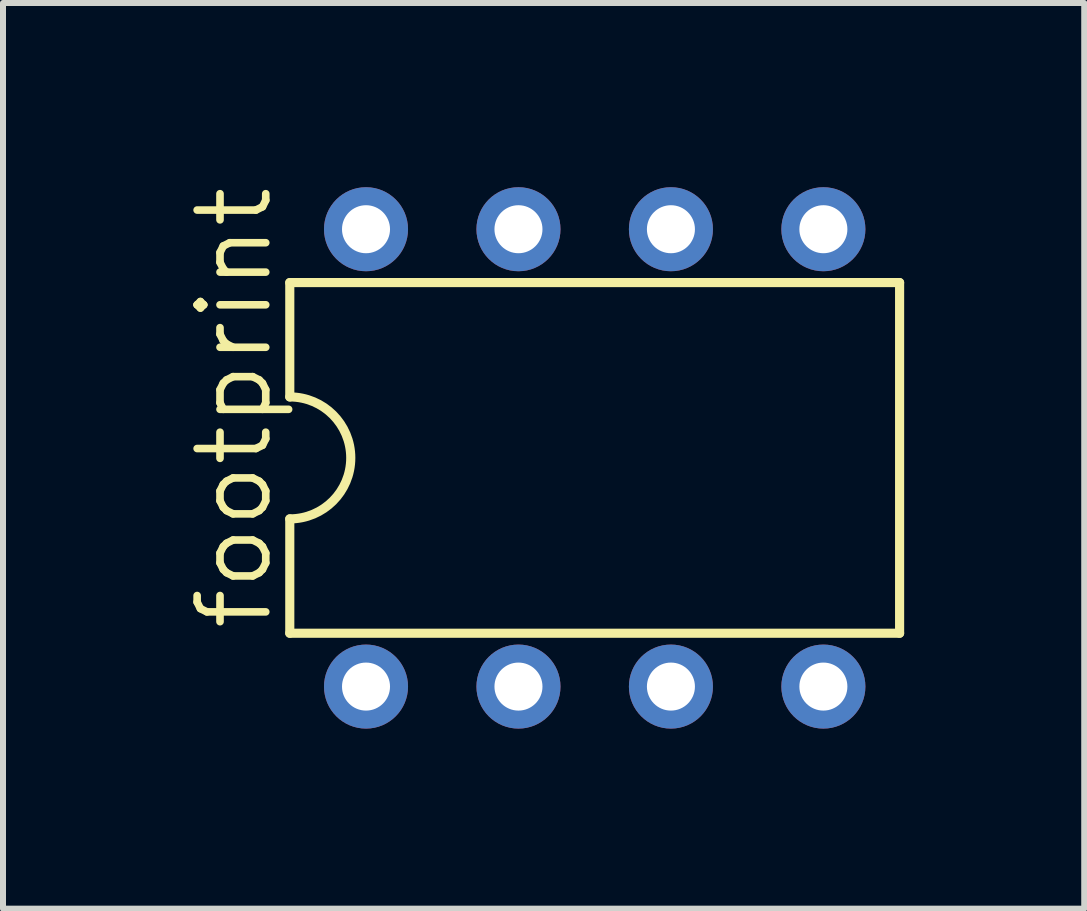
<source format=kicad_pcb>
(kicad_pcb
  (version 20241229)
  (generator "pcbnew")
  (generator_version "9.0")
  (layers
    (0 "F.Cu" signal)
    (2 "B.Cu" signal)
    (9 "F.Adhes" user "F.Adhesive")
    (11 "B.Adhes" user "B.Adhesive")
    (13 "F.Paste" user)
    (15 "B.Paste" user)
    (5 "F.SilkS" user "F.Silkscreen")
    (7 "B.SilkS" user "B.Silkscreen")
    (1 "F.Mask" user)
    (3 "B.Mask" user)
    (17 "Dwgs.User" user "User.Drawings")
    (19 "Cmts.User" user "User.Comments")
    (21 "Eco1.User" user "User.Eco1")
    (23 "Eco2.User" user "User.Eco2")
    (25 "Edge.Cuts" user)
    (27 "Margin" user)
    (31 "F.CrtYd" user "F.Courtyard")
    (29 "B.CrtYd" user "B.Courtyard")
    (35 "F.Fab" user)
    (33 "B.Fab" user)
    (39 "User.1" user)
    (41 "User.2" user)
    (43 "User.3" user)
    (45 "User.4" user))
  (footprint "footprint"
    (layer "F.Cu")
    (at 6.858 4.579)
    (property "Reference" "footprint" (at -5.334 2.921 90) (layer "F.SilkS") (effects (font (size 1.143 1.143) (thickness 0.127)) (justify left bottom)))
    (fp_line (start -5.08 -2.921) (end -5.08 -1.016) (stroke (width 0.152) (type solid)) (layer "F.SilkS"))
    (fp_line (start -5.08 2.921) (end -5.08 1.016) (stroke (width 0.152) (type solid)) (layer "F.SilkS"))
    (fp_line (start -5.08 2.921) (end 5.08 2.921) (stroke (width 0.152) (type solid)) (layer "F.SilkS"))
    (fp_line (start 5.08 -2.921) (end -5.08 -2.921) (stroke (width 0.152) (type solid)) (layer "F.SilkS"))
    (fp_line (start 5.08 -2.921) (end 5.08 2.921) (stroke (width 0.152) (type solid)) (layer "F.SilkS"))
    (fp_arc (start -5.08 -1.016) (mid -4.064 0) (end -5.08 1.016) (stroke (width 0.1524) (type solid)) (layer "F.SilkS"))
    (pad "1" thru_hole circle (at -3.81 3.81 90) (size 1.4 1.4) (drill 0.8) (layers "*.Cu" "*.Mask"))
    (pad "2" thru_hole circle (at -1.27 3.81 90) (size 1.4 1.4) (drill 0.8) (layers "*.Cu" "*.Mask"))
    (pad "3" thru_hole circle (at 1.27 3.81 90) (size 1.4 1.4) (drill 0.8) (layers "*.Cu" "*.Mask"))
    (pad "4" thru_hole circle (at 3.81 3.81 90) (size 1.4 1.4) (drill 0.8) (layers "*.Cu" "*.Mask"))
    (pad "5" thru_hole circle (at 3.81 -3.81 90) (size 1.4 1.4) (drill 0.8) (layers "*.Cu" "*.Mask"))
    (pad "6" thru_hole circle (at 1.27 -3.81 90) (size 1.4 1.4) (drill 0.8) (layers "*.Cu" "*.Mask"))
    (pad "7" thru_hole circle (at -1.27 -3.81 90) (size 1.4 1.4) (drill 0.8) (layers "*.Cu" "*.Mask"))
    (pad "8" thru_hole circle (at -3.81 -3.81 90) (size 1.4 1.4) (drill 0.8) (layers "*.Cu" "*.Mask")))
  (gr_rect
    (start -3 -3)
    (end 15.014 12.089)
    (stroke (width 0.1) (type default))
    (fill no)
    (layer "Edge.Cuts")))
</source>
